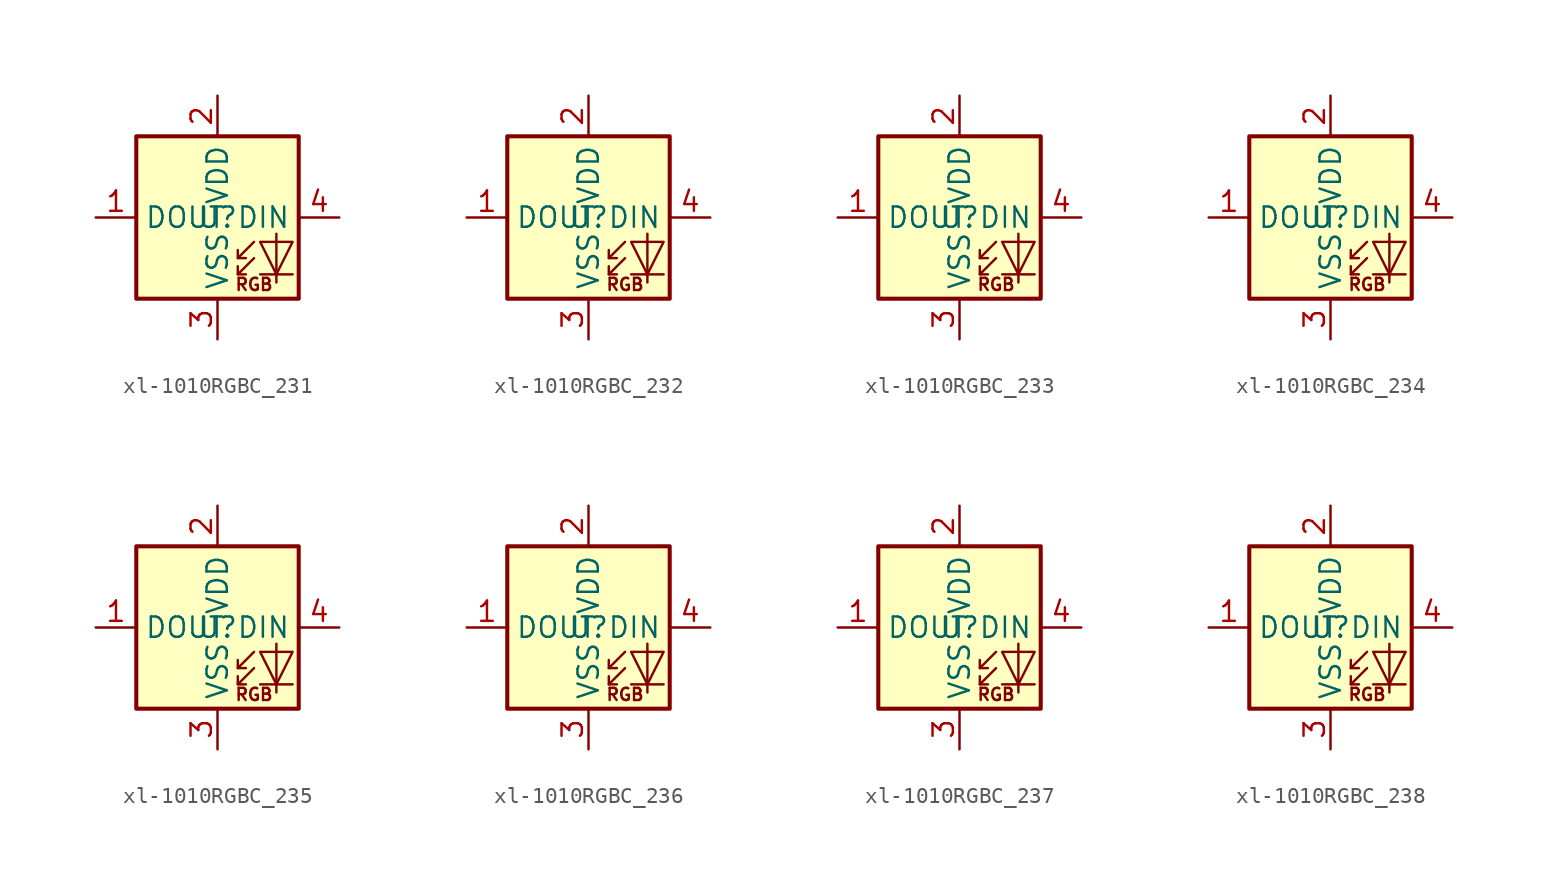
<source format=kicad_sym>
(kicad_symbol_lib
  (version 20231120)
  (generator "kicad_symbol_editor")
  (generator_version "8.0")
  (symbol "xl-1010RGBC_231"
    (property "Reference" "U"
      (at 0 0 0)
      (effects (font (size 1.27 1.27))))
    (property "Value" ""
      (at 0 0 0)
      (effects (font (size 1.27 1.27))))
    (symbol "xl-1010RGBC_231_0_0"
      (text "RGB" (at 2.286 -4.191 0) (effects (font (size 0.762 0.762)))))
    (symbol "xl-1010RGBC_231_0_1"
      (polyline (pts (xy 1.27 -3.556) (xy 1.778 -3.556)) (stroke (width 0) (type default)) (fill (type none)))
      (polyline (pts (xy 1.27 -2.54) (xy 1.778 -2.54)) (stroke (width 0) (type default)) (fill (type none)))
      (polyline (pts (xy 4.699 -3.556) (xy 2.667 -3.556)) (stroke (width 0) (type default)) (fill (type none)))
      (polyline (pts (xy 2.286 -2.54) (xy 1.27 -3.556) (xy 1.27 -3.048)) (stroke (width 0) (type default)) (fill (type none)))
      (polyline (pts (xy 2.286 -1.524) (xy 1.27 -2.54) (xy 1.27 -2.032)) (stroke (width 0) (type default)) (fill (type none)))
      (polyline (pts (xy 3.683 -1.016) (xy 3.683 -3.556) (xy 3.683 -4.064)) (stroke (width 0) (type default)) (fill (type none)))
      (polyline (pts (xy 4.699 -1.524) (xy 2.667 -1.524) (xy 3.683 -3.556) (xy 4.699 -1.524)) (stroke (width 0) (type default)) (fill (type none)))
      (rectangle (start 5.08 5.08) (end -5.08 -5.08) (stroke (width 0.254) (type default)) (fill (type background))))
    (symbol "xl-1010RGBC_231_1_1"
      (pin output line (at -7.62 0 0) (length 2.54) (name "DOUT" (effects (font (size 1.27 1.27)))) (number "1" (effects (font (size 1.27 1.27)))))
      (pin power_in line (at 0 7.62 270) (length 2.54) (name "VDD" (effects (font (size 1.27 1.27)))) (number "2" (effects (font (size 1.27 1.27)))))
      (pin power_in line (at 0 -7.62 90) (length 2.54) (name "VSS" (effects (font (size 1.27 1.27)))) (number "3" (effects (font (size 1.27 1.27)))))
      (pin input line (at 7.62 0 180) (length 2.54) (name "DIN" (effects (font (size 1.27 1.27)))) (number "4" (effects (font (size 1.27 1.27)))))))
  (symbol "xl-1010RGBC_232"
    (property "Reference" "U"
      (at 0 0 0)
      (effects (font (size 1.27 1.27))))
    (property "Value" ""
      (at 0 0 0)
      (effects (font (size 1.27 1.27))))
    (symbol "xl-1010RGBC_232_0_0"
      (text "RGB" (at 2.286 -4.191 0) (effects (font (size 0.762 0.762)))))
    (symbol "xl-1010RGBC_232_0_1"
      (polyline (pts (xy 1.27 -3.556) (xy 1.778 -3.556)) (stroke (width 0) (type default)) (fill (type none)))
      (polyline (pts (xy 1.27 -2.54) (xy 1.778 -2.54)) (stroke (width 0) (type default)) (fill (type none)))
      (polyline (pts (xy 4.699 -3.556) (xy 2.667 -3.556)) (stroke (width 0) (type default)) (fill (type none)))
      (polyline (pts (xy 2.286 -2.54) (xy 1.27 -3.556) (xy 1.27 -3.048)) (stroke (width 0) (type default)) (fill (type none)))
      (polyline (pts (xy 2.286 -1.524) (xy 1.27 -2.54) (xy 1.27 -2.032)) (stroke (width 0) (type default)) (fill (type none)))
      (polyline (pts (xy 3.683 -1.016) (xy 3.683 -3.556) (xy 3.683 -4.064)) (stroke (width 0) (type default)) (fill (type none)))
      (polyline (pts (xy 4.699 -1.524) (xy 2.667 -1.524) (xy 3.683 -3.556) (xy 4.699 -1.524)) (stroke (width 0) (type default)) (fill (type none)))
      (rectangle (start 5.08 5.08) (end -5.08 -5.08) (stroke (width 0.254) (type default)) (fill (type background))))
    (symbol "xl-1010RGBC_232_1_1"
      (pin output line (at -7.62 0 0) (length 2.54) (name "DOUT" (effects (font (size 1.27 1.27)))) (number "1" (effects (font (size 1.27 1.27)))))
      (pin power_in line (at 0 7.62 270) (length 2.54) (name "VDD" (effects (font (size 1.27 1.27)))) (number "2" (effects (font (size 1.27 1.27)))))
      (pin power_in line (at 0 -7.62 90) (length 2.54) (name "VSS" (effects (font (size 1.27 1.27)))) (number "3" (effects (font (size 1.27 1.27)))))
      (pin input line (at 7.62 0 180) (length 2.54) (name "DIN" (effects (font (size 1.27 1.27)))) (number "4" (effects (font (size 1.27 1.27)))))))
  (symbol "xl-1010RGBC_233"
    (property "Reference" "U"
      (at 0 0 0)
      (effects (font (size 1.27 1.27))))
    (property "Value" ""
      (at 0 0 0)
      (effects (font (size 1.27 1.27))))
    (symbol "xl-1010RGBC_233_0_0"
      (text "RGB" (at 2.286 -4.191 0) (effects (font (size 0.762 0.762)))))
    (symbol "xl-1010RGBC_233_0_1"
      (polyline (pts (xy 1.27 -3.556) (xy 1.778 -3.556)) (stroke (width 0) (type default)) (fill (type none)))
      (polyline (pts (xy 1.27 -2.54) (xy 1.778 -2.54)) (stroke (width 0) (type default)) (fill (type none)))
      (polyline (pts (xy 4.699 -3.556) (xy 2.667 -3.556)) (stroke (width 0) (type default)) (fill (type none)))
      (polyline (pts (xy 2.286 -2.54) (xy 1.27 -3.556) (xy 1.27 -3.048)) (stroke (width 0) (type default)) (fill (type none)))
      (polyline (pts (xy 2.286 -1.524) (xy 1.27 -2.54) (xy 1.27 -2.032)) (stroke (width 0) (type default)) (fill (type none)))
      (polyline (pts (xy 3.683 -1.016) (xy 3.683 -3.556) (xy 3.683 -4.064)) (stroke (width 0) (type default)) (fill (type none)))
      (polyline (pts (xy 4.699 -1.524) (xy 2.667 -1.524) (xy 3.683 -3.556) (xy 4.699 -1.524)) (stroke (width 0) (type default)) (fill (type none)))
      (rectangle (start 5.08 5.08) (end -5.08 -5.08) (stroke (width 0.254) (type default)) (fill (type background))))
    (symbol "xl-1010RGBC_233_1_1"
      (pin output line (at -7.62 0 0) (length 2.54) (name "DOUT" (effects (font (size 1.27 1.27)))) (number "1" (effects (font (size 1.27 1.27)))))
      (pin power_in line (at 0 7.62 270) (length 2.54) (name "VDD" (effects (font (size 1.27 1.27)))) (number "2" (effects (font (size 1.27 1.27)))))
      (pin power_in line (at 0 -7.62 90) (length 2.54) (name "VSS" (effects (font (size 1.27 1.27)))) (number "3" (effects (font (size 1.27 1.27)))))
      (pin input line (at 7.62 0 180) (length 2.54) (name "DIN" (effects (font (size 1.27 1.27)))) (number "4" (effects (font (size 1.27 1.27)))))))
  (symbol "xl-1010RGBC_234"
    (property "Reference" "U"
      (at 0 0 0)
      (effects (font (size 1.27 1.27))))
    (property "Value" ""
      (at 0 0 0)
      (effects (font (size 1.27 1.27))))
    (symbol "xl-1010RGBC_234_0_0"
      (text "RGB" (at 2.286 -4.191 0) (effects (font (size 0.762 0.762)))))
    (symbol "xl-1010RGBC_234_0_1"
      (polyline (pts (xy 1.27 -3.556) (xy 1.778 -3.556)) (stroke (width 0) (type default)) (fill (type none)))
      (polyline (pts (xy 1.27 -2.54) (xy 1.778 -2.54)) (stroke (width 0) (type default)) (fill (type none)))
      (polyline (pts (xy 4.699 -3.556) (xy 2.667 -3.556)) (stroke (width 0) (type default)) (fill (type none)))
      (polyline (pts (xy 2.286 -2.54) (xy 1.27 -3.556) (xy 1.27 -3.048)) (stroke (width 0) (type default)) (fill (type none)))
      (polyline (pts (xy 2.286 -1.524) (xy 1.27 -2.54) (xy 1.27 -2.032)) (stroke (width 0) (type default)) (fill (type none)))
      (polyline (pts (xy 3.683 -1.016) (xy 3.683 -3.556) (xy 3.683 -4.064)) (stroke (width 0) (type default)) (fill (type none)))
      (polyline (pts (xy 4.699 -1.524) (xy 2.667 -1.524) (xy 3.683 -3.556) (xy 4.699 -1.524)) (stroke (width 0) (type default)) (fill (type none)))
      (rectangle (start 5.08 5.08) (end -5.08 -5.08) (stroke (width 0.254) (type default)) (fill (type background))))
    (symbol "xl-1010RGBC_234_1_1"
      (pin output line (at -7.62 0 0) (length 2.54) (name "DOUT" (effects (font (size 1.27 1.27)))) (number "1" (effects (font (size 1.27 1.27)))))
      (pin power_in line (at 0 7.62 270) (length 2.54) (name "VDD" (effects (font (size 1.27 1.27)))) (number "2" (effects (font (size 1.27 1.27)))))
      (pin power_in line (at 0 -7.62 90) (length 2.54) (name "VSS" (effects (font (size 1.27 1.27)))) (number "3" (effects (font (size 1.27 1.27)))))
      (pin input line (at 7.62 0 180) (length 2.54) (name "DIN" (effects (font (size 1.27 1.27)))) (number "4" (effects (font (size 1.27 1.27)))))))
  (symbol "xl-1010RGBC_235"
    (property "Reference" "U"
      (at 0 0 0)
      (effects (font (size 1.27 1.27))))
    (property "Value" ""
      (at 0 0 0)
      (effects (font (size 1.27 1.27))))
    (symbol "xl-1010RGBC_235_0_0"
      (text "RGB" (at 2.286 -4.191 0) (effects (font (size 0.762 0.762)))))
    (symbol "xl-1010RGBC_235_0_1"
      (polyline (pts (xy 1.27 -3.556) (xy 1.778 -3.556)) (stroke (width 0) (type default)) (fill (type none)))
      (polyline (pts (xy 1.27 -2.54) (xy 1.778 -2.54)) (stroke (width 0) (type default)) (fill (type none)))
      (polyline (pts (xy 4.699 -3.556) (xy 2.667 -3.556)) (stroke (width 0) (type default)) (fill (type none)))
      (polyline (pts (xy 2.286 -2.54) (xy 1.27 -3.556) (xy 1.27 -3.048)) (stroke (width 0) (type default)) (fill (type none)))
      (polyline (pts (xy 2.286 -1.524) (xy 1.27 -2.54) (xy 1.27 -2.032)) (stroke (width 0) (type default)) (fill (type none)))
      (polyline (pts (xy 3.683 -1.016) (xy 3.683 -3.556) (xy 3.683 -4.064)) (stroke (width 0) (type default)) (fill (type none)))
      (polyline (pts (xy 4.699 -1.524) (xy 2.667 -1.524) (xy 3.683 -3.556) (xy 4.699 -1.524)) (stroke (width 0) (type default)) (fill (type none)))
      (rectangle (start 5.08 5.08) (end -5.08 -5.08) (stroke (width 0.254) (type default)) (fill (type background))))
    (symbol "xl-1010RGBC_235_1_1"
      (pin output line (at -7.62 0 0) (length 2.54) (name "DOUT" (effects (font (size 1.27 1.27)))) (number "1" (effects (font (size 1.27 1.27)))))
      (pin power_in line (at 0 7.62 270) (length 2.54) (name "VDD" (effects (font (size 1.27 1.27)))) (number "2" (effects (font (size 1.27 1.27)))))
      (pin power_in line (at 0 -7.62 90) (length 2.54) (name "VSS" (effects (font (size 1.27 1.27)))) (number "3" (effects (font (size 1.27 1.27)))))
      (pin input line (at 7.62 0 180) (length 2.54) (name "DIN" (effects (font (size 1.27 1.27)))) (number "4" (effects (font (size 1.27 1.27)))))))
  (symbol "xl-1010RGBC_236"
    (property "Reference" "U"
      (at 0 0 0)
      (effects (font (size 1.27 1.27))))
    (property "Value" ""
      (at 0 0 0)
      (effects (font (size 1.27 1.27))))
    (symbol "xl-1010RGBC_236_0_0"
      (text "RGB" (at 2.286 -4.191 0) (effects (font (size 0.762 0.762)))))
    (symbol "xl-1010RGBC_236_0_1"
      (polyline (pts (xy 1.27 -3.556) (xy 1.778 -3.556)) (stroke (width 0) (type default)) (fill (type none)))
      (polyline (pts (xy 1.27 -2.54) (xy 1.778 -2.54)) (stroke (width 0) (type default)) (fill (type none)))
      (polyline (pts (xy 4.699 -3.556) (xy 2.667 -3.556)) (stroke (width 0) (type default)) (fill (type none)))
      (polyline (pts (xy 2.286 -2.54) (xy 1.27 -3.556) (xy 1.27 -3.048)) (stroke (width 0) (type default)) (fill (type none)))
      (polyline (pts (xy 2.286 -1.524) (xy 1.27 -2.54) (xy 1.27 -2.032)) (stroke (width 0) (type default)) (fill (type none)))
      (polyline (pts (xy 3.683 -1.016) (xy 3.683 -3.556) (xy 3.683 -4.064)) (stroke (width 0) (type default)) (fill (type none)))
      (polyline (pts (xy 4.699 -1.524) (xy 2.667 -1.524) (xy 3.683 -3.556) (xy 4.699 -1.524)) (stroke (width 0) (type default)) (fill (type none)))
      (rectangle (start 5.08 5.08) (end -5.08 -5.08) (stroke (width 0.254) (type default)) (fill (type background))))
    (symbol "xl-1010RGBC_236_1_1"
      (pin output line (at -7.62 0 0) (length 2.54) (name "DOUT" (effects (font (size 1.27 1.27)))) (number "1" (effects (font (size 1.27 1.27)))))
      (pin power_in line (at 0 7.62 270) (length 2.54) (name "VDD" (effects (font (size 1.27 1.27)))) (number "2" (effects (font (size 1.27 1.27)))))
      (pin power_in line (at 0 -7.62 90) (length 2.54) (name "VSS" (effects (font (size 1.27 1.27)))) (number "3" (effects (font (size 1.27 1.27)))))
      (pin input line (at 7.62 0 180) (length 2.54) (name "DIN" (effects (font (size 1.27 1.27)))) (number "4" (effects (font (size 1.27 1.27)))))))
  (symbol "xl-1010RGBC_237"
    (property "Reference" "U"
      (at 0 0 0)
      (effects (font (size 1.27 1.27))))
    (property "Value" ""
      (at 0 0 0)
      (effects (font (size 1.27 1.27))))
    (symbol "xl-1010RGBC_237_0_0"
      (text "RGB" (at 2.286 -4.191 0) (effects (font (size 0.762 0.762)))))
    (symbol "xl-1010RGBC_237_0_1"
      (polyline (pts (xy 1.27 -3.556) (xy 1.778 -3.556)) (stroke (width 0) (type default)) (fill (type none)))
      (polyline (pts (xy 1.27 -2.54) (xy 1.778 -2.54)) (stroke (width 0) (type default)) (fill (type none)))
      (polyline (pts (xy 4.699 -3.556) (xy 2.667 -3.556)) (stroke (width 0) (type default)) (fill (type none)))
      (polyline (pts (xy 2.286 -2.54) (xy 1.27 -3.556) (xy 1.27 -3.048)) (stroke (width 0) (type default)) (fill (type none)))
      (polyline (pts (xy 2.286 -1.524) (xy 1.27 -2.54) (xy 1.27 -2.032)) (stroke (width 0) (type default)) (fill (type none)))
      (polyline (pts (xy 3.683 -1.016) (xy 3.683 -3.556) (xy 3.683 -4.064)) (stroke (width 0) (type default)) (fill (type none)))
      (polyline (pts (xy 4.699 -1.524) (xy 2.667 -1.524) (xy 3.683 -3.556) (xy 4.699 -1.524)) (stroke (width 0) (type default)) (fill (type none)))
      (rectangle (start 5.08 5.08) (end -5.08 -5.08) (stroke (width 0.254) (type default)) (fill (type background))))
    (symbol "xl-1010RGBC_237_1_1"
      (pin output line (at -7.62 0 0) (length 2.54) (name "DOUT" (effects (font (size 1.27 1.27)))) (number "1" (effects (font (size 1.27 1.27)))))
      (pin power_in line (at 0 7.62 270) (length 2.54) (name "VDD" (effects (font (size 1.27 1.27)))) (number "2" (effects (font (size 1.27 1.27)))))
      (pin power_in line (at 0 -7.62 90) (length 2.54) (name "VSS" (effects (font (size 1.27 1.27)))) (number "3" (effects (font (size 1.27 1.27)))))
      (pin input line (at 7.62 0 180) (length 2.54) (name "DIN" (effects (font (size 1.27 1.27)))) (number "4" (effects (font (size 1.27 1.27)))))))
  (symbol "xl-1010RGBC_238"
    (property "Reference" "U"
      (at 0 0 0)
      (effects (font (size 1.27 1.27))))
    (property "Value" ""
      (at 0 0 0)
      (effects (font (size 1.27 1.27))))
    (symbol "xl-1010RGBC_238_0_0"
      (text "RGB" (at 2.286 -4.191 0) (effects (font (size 0.762 0.762)))))
    (symbol "xl-1010RGBC_238_0_1"
      (polyline (pts (xy 1.27 -3.556) (xy 1.778 -3.556)) (stroke (width 0) (type default)) (fill (type none)))
      (polyline (pts (xy 1.27 -2.54) (xy 1.778 -2.54)) (stroke (width 0) (type default)) (fill (type none)))
      (polyline (pts (xy 4.699 -3.556) (xy 2.667 -3.556)) (stroke (width 0) (type default)) (fill (type none)))
      (polyline (pts (xy 2.286 -2.54) (xy 1.27 -3.556) (xy 1.27 -3.048)) (stroke (width 0) (type default)) (fill (type none)))
      (polyline (pts (xy 2.286 -1.524) (xy 1.27 -2.54) (xy 1.27 -2.032)) (stroke (width 0) (type default)) (fill (type none)))
      (polyline (pts (xy 3.683 -1.016) (xy 3.683 -3.556) (xy 3.683 -4.064)) (stroke (width 0) (type default)) (fill (type none)))
      (polyline (pts (xy 4.699 -1.524) (xy 2.667 -1.524) (xy 3.683 -3.556) (xy 4.699 -1.524)) (stroke (width 0) (type default)) (fill (type none)))
      (rectangle (start 5.08 5.08) (end -5.08 -5.08) (stroke (width 0.254) (type default)) (fill (type background))))
    (symbol "xl-1010RGBC_238_1_1"
      (pin output line (at -7.62 0 0) (length 2.54) (name "DOUT" (effects (font (size 1.27 1.27)))) (number "1" (effects (font (size 1.27 1.27)))))
      (pin power_in line (at 0 7.62 270) (length 2.54) (name "VDD" (effects (font (size 1.27 1.27)))) (number "2" (effects (font (size 1.27 1.27)))))
      (pin power_in line (at 0 -7.62 90) (length 2.54) (name "VSS" (effects (font (size 1.27 1.27)))) (number "3" (effects (font (size 1.27 1.27)))))
      (pin input line (at 7.62 0 180) (length 2.54) (name "DIN" (effects (font (size 1.27 1.27)))) (number "4" (effects (font (size 1.27 1.27))))))))
</source>
